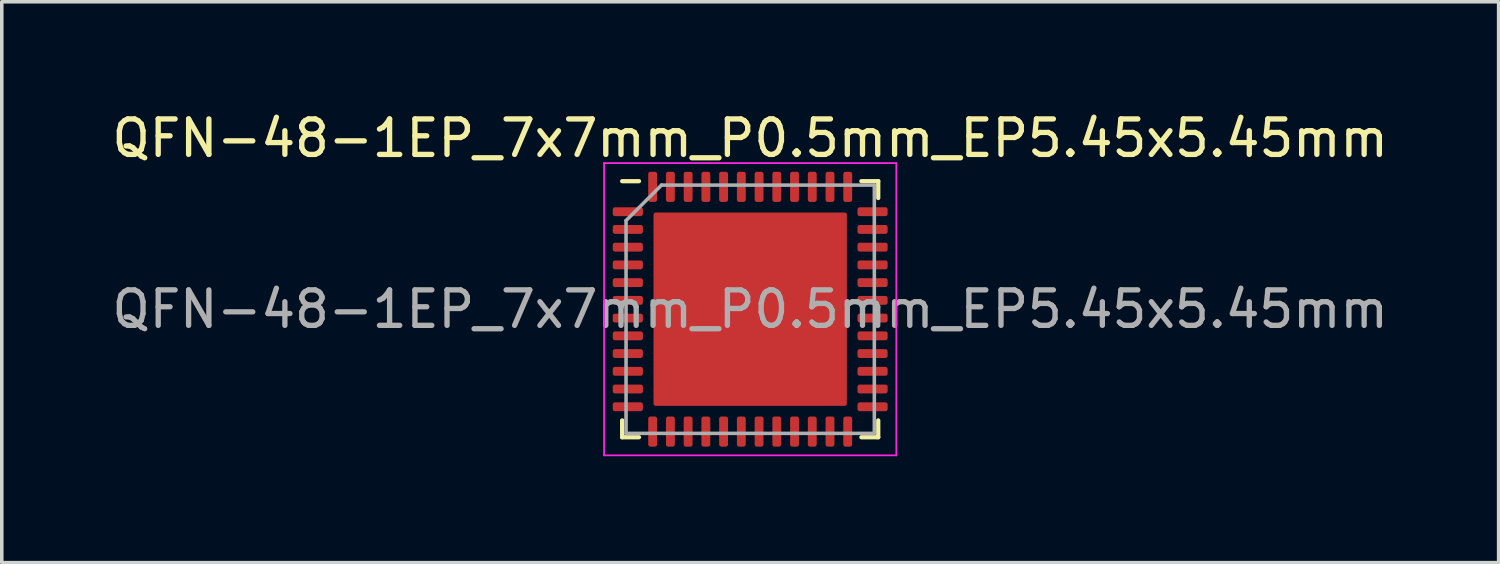
<source format=kicad_pcb>
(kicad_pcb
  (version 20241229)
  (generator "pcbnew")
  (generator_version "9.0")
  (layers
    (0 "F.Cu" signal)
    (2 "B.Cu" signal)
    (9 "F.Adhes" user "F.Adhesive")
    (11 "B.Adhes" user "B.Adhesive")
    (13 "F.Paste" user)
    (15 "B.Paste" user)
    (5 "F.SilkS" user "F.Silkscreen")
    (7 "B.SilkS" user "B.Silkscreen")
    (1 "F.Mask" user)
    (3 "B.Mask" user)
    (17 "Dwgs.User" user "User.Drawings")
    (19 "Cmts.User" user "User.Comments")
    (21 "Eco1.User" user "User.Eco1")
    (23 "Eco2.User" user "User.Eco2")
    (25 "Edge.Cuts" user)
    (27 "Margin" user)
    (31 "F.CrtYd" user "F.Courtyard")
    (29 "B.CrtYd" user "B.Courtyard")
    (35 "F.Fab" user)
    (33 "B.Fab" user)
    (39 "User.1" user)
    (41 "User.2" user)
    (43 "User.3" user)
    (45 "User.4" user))
  (footprint "QFN-48-1EP_7x7mm_P0.5mm_EP5.45x5.45mm"
    (layer "F.Cu")
    (at 18.101 5.668)
    (property "Reference" "QFN-48-1EP_7x7mm_P0.5mm_EP5.45x5.45mm" (at 0 -4.82 0) (layer "F.SilkS") (effects (font (size 1 1) (thickness 0.15))))
    (attr smd)
    (fp_line (start -3.61 3.61) (end -3.61 3.135) (stroke (width 0.12) (type solid)) (layer "F.SilkS"))
    (fp_line (start -3.135 -3.61) (end -3.61 -3.61) (stroke (width 0.12) (type solid)) (layer "F.SilkS"))
    (fp_line (start -3.135 3.61) (end -3.61 3.61) (stroke (width 0.12) (type solid)) (layer "F.SilkS"))
    (fp_line (start 3.135 -3.61) (end 3.61 -3.61) (stroke (width 0.12) (type solid)) (layer "F.SilkS"))
    (fp_line (start 3.135 3.61) (end 3.61 3.61) (stroke (width 0.12) (type solid)) (layer "F.SilkS"))
    (fp_line (start 3.61 -3.61) (end 3.61 -3.135) (stroke (width 0.12) (type solid)) (layer "F.SilkS"))
    (fp_line (start 3.61 3.61) (end 3.61 3.135) (stroke (width 0.12) (type solid)) (layer "F.SilkS"))
    (fp_line (start -4.12 -4.12) (end -4.12 4.12) (stroke (width 0.05) (type solid)) (layer "F.CrtYd"))
    (fp_line (start -4.12 4.12) (end 4.12 4.12) (stroke (width 0.05) (type solid)) (layer "F.CrtYd"))
    (fp_line (start 4.12 -4.12) (end -4.12 -4.12) (stroke (width 0.05) (type solid)) (layer "F.CrtYd"))
    (fp_line (start 4.12 4.12) (end 4.12 -4.12) (stroke (width 0.05) (type solid)) (layer "F.CrtYd"))
    (fp_line (start -3.5 -2.5) (end -2.5 -3.5) (stroke (width 0.1) (type solid)) (layer "F.Fab"))
    (fp_line (start -3.5 3.5) (end -3.5 -2.5) (stroke (width 0.1) (type solid)) (layer "F.Fab"))
    (fp_line (start -2.5 -3.5) (end 3.5 -3.5) (stroke (width 0.1) (type solid)) (layer "F.Fab"))
    (fp_line (start 3.5 -3.5) (end 3.5 3.5) (stroke (width 0.1) (type solid)) (layer "F.Fab"))
    (fp_line (start 3.5 3.5) (end -3.5 3.5) (stroke (width 0.1) (type solid)) (layer "F.Fab"))
    (fp_text user "${REFERENCE}" (at 0 0 0) (layer "F.Fab") (effects (font (size 1 1) (thickness 0.15))))
    (pad "" smd roundrect (at -2.04 -2.04) (size 1.1 1.1) (layers "F.Paste") (roundrect_rratio 0.227))
    (pad "" smd roundrect (at -2.04 -0.68) (size 1.1 1.1) (layers "F.Paste") (roundrect_rratio 0.227))
    (pad "" smd roundrect (at -2.04 0.68) (size 1.1 1.1) (layers "F.Paste") (roundrect_rratio 0.227))
    (pad "" smd roundrect (at -2.04 2.04) (size 1.1 1.1) (layers "F.Paste") (roundrect_rratio 0.227))
    (pad "" smd roundrect (at -0.68 -2.04) (size 1.1 1.1) (layers "F.Paste") (roundrect_rratio 0.227))
    (pad "" smd roundrect (at -0.68 -0.68) (size 1.1 1.1) (layers "F.Paste") (roundrect_rratio 0.227))
    (pad "" smd roundrect (at -0.68 0.68) (size 1.1 1.1) (layers "F.Paste") (roundrect_rratio 0.227))
    (pad "" smd roundrect (at -0.68 2.04) (size 1.1 1.1) (layers "F.Paste") (roundrect_rratio 0.227))
    (pad "" smd roundrect (at 0.68 -2.04) (size 1.1 1.1) (layers "F.Paste") (roundrect_rratio 0.227))
    (pad "" smd roundrect (at 0.68 -0.68) (size 1.1 1.1) (layers "F.Paste") (roundrect_rratio 0.227))
    (pad "" smd roundrect (at 0.68 0.68) (size 1.1 1.1) (layers "F.Paste") (roundrect_rratio 0.227))
    (pad "" smd roundrect (at 0.68 2.04) (size 1.1 1.1) (layers "F.Paste") (roundrect_rratio 0.227))
    (pad "" smd roundrect (at 2.04 -2.04) (size 1.1 1.1) (layers "F.Paste") (roundrect_rratio 0.227))
    (pad "" smd roundrect (at 2.04 -0.68) (size 1.1 1.1) (layers "F.Paste") (roundrect_rratio 0.227))
    (pad "" smd roundrect (at 2.04 0.68) (size 1.1 1.1) (layers "F.Paste") (roundrect_rratio 0.227))
    (pad "" smd roundrect (at 2.04 2.04) (size 1.1 1.1) (layers "F.Paste") (roundrect_rratio 0.227))
    (pad "1" smd roundrect (at -3.45 -2.75) (size 0.85 0.25) (layers "F.Cu" "F.Mask" "F.Paste") (roundrect_rratio 0.25))
    (pad "2" smd roundrect (at -3.45 -2.25) (size 0.85 0.25) (layers "F.Cu" "F.Mask" "F.Paste") (roundrect_rratio 0.25))
    (pad "3" smd roundrect (at -3.45 -1.75) (size 0.85 0.25) (layers "F.Cu" "F.Mask" "F.Paste") (roundrect_rratio 0.25))
    (pad "4" smd roundrect (at -3.45 -1.25) (size 0.85 0.25) (layers "F.Cu" "F.Mask" "F.Paste") (roundrect_rratio 0.25))
    (pad "5" smd roundrect (at -3.45 -0.75) (size 0.85 0.25) (layers "F.Cu" "F.Mask" "F.Paste") (roundrect_rratio 0.25))
    (pad "6" smd roundrect (at -3.45 -0.25) (size 0.85 0.25) (layers "F.Cu" "F.Mask" "F.Paste") (roundrect_rratio 0.25))
    (pad "7" smd roundrect (at -3.45 0.25) (size 0.85 0.25) (layers "F.Cu" "F.Mask" "F.Paste") (roundrect_rratio 0.25))
    (pad "8" smd roundrect (at -3.45 0.75) (size 0.85 0.25) (layers "F.Cu" "F.Mask" "F.Paste") (roundrect_rratio 0.25))
    (pad "9" smd roundrect (at -3.45 1.25) (size 0.85 0.25) (layers "F.Cu" "F.Mask" "F.Paste") (roundrect_rratio 0.25))
    (pad "10" smd roundrect (at -3.45 1.75) (size 0.85 0.25) (layers "F.Cu" "F.Mask" "F.Paste") (roundrect_rratio 0.25))
    (pad "11" smd roundrect (at -3.45 2.25) (size 0.85 0.25) (layers "F.Cu" "F.Mask" "F.Paste") (roundrect_rratio 0.25))
    (pad "12" smd roundrect (at -3.45 2.75) (size 0.85 0.25) (layers "F.Cu" "F.Mask" "F.Paste") (roundrect_rratio 0.25))
    (pad "13" smd roundrect (at -2.75 3.45) (size 0.25 0.85) (layers "F.Cu" "F.Mask" "F.Paste") (roundrect_rratio 0.25))
    (pad "14" smd roundrect (at -2.25 3.45) (size 0.25 0.85) (layers "F.Cu" "F.Mask" "F.Paste") (roundrect_rratio 0.25))
    (pad "15" smd roundrect (at -1.75 3.45) (size 0.25 0.85) (layers "F.Cu" "F.Mask" "F.Paste") (roundrect_rratio 0.25))
    (pad "16" smd roundrect (at -1.25 3.45) (size 0.25 0.85) (layers "F.Cu" "F.Mask" "F.Paste") (roundrect_rratio 0.25))
    (pad "17" smd roundrect (at -0.75 3.45) (size 0.25 0.85) (layers "F.Cu" "F.Mask" "F.Paste") (roundrect_rratio 0.25))
    (pad "18" smd roundrect (at -0.25 3.45) (size 0.25 0.85) (layers "F.Cu" "F.Mask" "F.Paste") (roundrect_rratio 0.25))
    (pad "19" smd roundrect (at 0.25 3.45) (size 0.25 0.85) (layers "F.Cu" "F.Mask" "F.Paste") (roundrect_rratio 0.25))
    (pad "20" smd roundrect (at 0.75 3.45) (size 0.25 0.85) (layers "F.Cu" "F.Mask" "F.Paste") (roundrect_rratio 0.25))
    (pad "21" smd roundrect (at 1.25 3.45) (size 0.25 0.85) (layers "F.Cu" "F.Mask" "F.Paste") (roundrect_rratio 0.25))
    (pad "22" smd roundrect (at 1.75 3.45) (size 0.25 0.85) (layers "F.Cu" "F.Mask" "F.Paste") (roundrect_rratio 0.25))
    (pad "23" smd roundrect (at 2.25 3.45) (size 0.25 0.85) (layers "F.Cu" "F.Mask" "F.Paste") (roundrect_rratio 0.25))
    (pad "24" smd roundrect (at 2.75 3.45) (size 0.25 0.85) (layers "F.Cu" "F.Mask" "F.Paste") (roundrect_rratio 0.25))
    (pad "25" smd roundrect (at 3.45 2.75) (size 0.85 0.25) (layers "F.Cu" "F.Mask" "F.Paste") (roundrect_rratio 0.25))
    (pad "26" smd roundrect (at 3.45 2.25) (size 0.85 0.25) (layers "F.Cu" "F.Mask" "F.Paste") (roundrect_rratio 0.25))
    (pad "27" smd roundrect (at 3.45 1.75) (size 0.85 0.25) (layers "F.Cu" "F.Mask" "F.Paste") (roundrect_rratio 0.25))
    (pad "28" smd roundrect (at 3.45 1.25) (size 0.85 0.25) (layers "F.Cu" "F.Mask" "F.Paste") (roundrect_rratio 0.25))
    (pad "29" smd roundrect (at 3.45 0.75) (size 0.85 0.25) (layers "F.Cu" "F.Mask" "F.Paste") (roundrect_rratio 0.25))
    (pad "30" smd roundrect (at 3.45 0.25) (size 0.85 0.25) (layers "F.Cu" "F.Mask" "F.Paste") (roundrect_rratio 0.25))
    (pad "31" smd roundrect (at 3.45 -0.25) (size 0.85 0.25) (layers "F.Cu" "F.Mask" "F.Paste") (roundrect_rratio 0.25))
    (pad "32" smd roundrect (at 3.45 -0.75) (size 0.85 0.25) (layers "F.Cu" "F.Mask" "F.Paste") (roundrect_rratio 0.25))
    (pad "33" smd roundrect (at 3.45 -1.25) (size 0.85 0.25) (layers "F.Cu" "F.Mask" "F.Paste") (roundrect_rratio 0.25))
    (pad "34" smd roundrect (at 3.45 -1.75) (size 0.85 0.25) (layers "F.Cu" "F.Mask" "F.Paste") (roundrect_rratio 0.25))
    (pad "35" smd roundrect (at 3.45 -2.25) (size 0.85 0.25) (layers "F.Cu" "F.Mask" "F.Paste") (roundrect_rratio 0.25))
    (pad "36" smd roundrect (at 3.45 -2.75) (size 0.85 0.25) (layers "F.Cu" "F.Mask" "F.Paste") (roundrect_rratio 0.25))
    (pad "37" smd roundrect (at 2.75 -3.45) (size 0.25 0.85) (layers "F.Cu" "F.Mask" "F.Paste") (roundrect_rratio 0.25))
    (pad "38" smd roundrect (at 2.25 -3.45) (size 0.25 0.85) (layers "F.Cu" "F.Mask" "F.Paste") (roundrect_rratio 0.25))
    (pad "39" smd roundrect (at 1.75 -3.45) (size 0.25 0.85) (layers "F.Cu" "F.Mask" "F.Paste") (roundrect_rratio 0.25))
    (pad "40" smd roundrect (at 1.25 -3.45) (size 0.25 0.85) (layers "F.Cu" "F.Mask" "F.Paste") (roundrect_rratio 0.25))
    (pad "41" smd roundrect (at 0.75 -3.45) (size 0.25 0.85) (layers "F.Cu" "F.Mask" "F.Paste") (roundrect_rratio 0.25))
    (pad "42" smd roundrect (at 0.25 -3.45) (size 0.25 0.85) (layers "F.Cu" "F.Mask" "F.Paste") (roundrect_rratio 0.25))
    (pad "43" smd roundrect (at -0.25 -3.45) (size 0.25 0.85) (layers "F.Cu" "F.Mask" "F.Paste") (roundrect_rratio 0.25))
    (pad "44" smd roundrect (at -0.75 -3.45) (size 0.25 0.85) (layers "F.Cu" "F.Mask" "F.Paste") (roundrect_rratio 0.25))
    (pad "45" smd roundrect (at -1.25 -3.45) (size 0.25 0.85) (layers "F.Cu" "F.Mask" "F.Paste") (roundrect_rratio 0.25))
    (pad "46" smd roundrect (at -1.75 -3.45) (size 0.25 0.85) (layers "F.Cu" "F.Mask" "F.Paste") (roundrect_rratio 0.25))
    (pad "47" smd roundrect (at -2.25 -3.45) (size 0.25 0.85) (layers "F.Cu" "F.Mask" "F.Paste") (roundrect_rratio 0.25))
    (pad "48" smd roundrect (at -2.75 -3.45) (size 0.25 0.85) (layers "F.Cu" "F.Mask" "F.Paste") (roundrect_rratio 0.25))
    (pad "49" smd roundrect (at 0 0) (size 5.45 5.45) (layers "F.Cu" "F.Mask") (roundrect_rratio 0.011)))
  (gr_rect
    (start -3 -3)
    (end 39.202 12.813)
    (stroke (width 0.1) (type default))
    (fill no)
    (layer "Edge.Cuts")))
</source>
